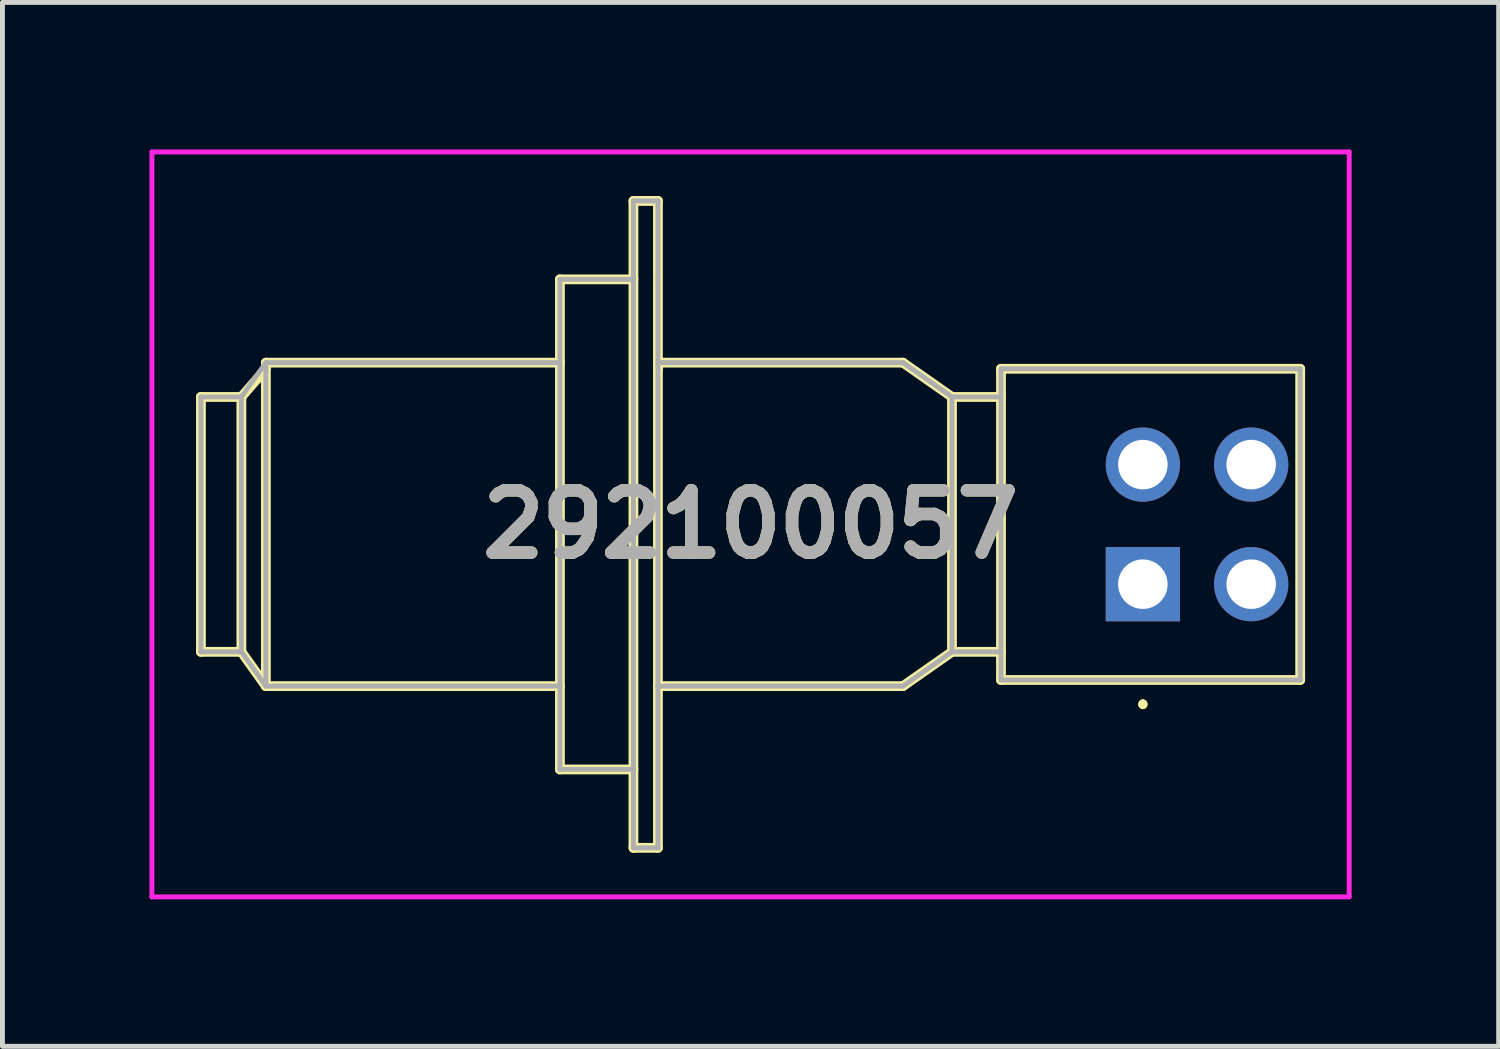
<source format=kicad_pcb>
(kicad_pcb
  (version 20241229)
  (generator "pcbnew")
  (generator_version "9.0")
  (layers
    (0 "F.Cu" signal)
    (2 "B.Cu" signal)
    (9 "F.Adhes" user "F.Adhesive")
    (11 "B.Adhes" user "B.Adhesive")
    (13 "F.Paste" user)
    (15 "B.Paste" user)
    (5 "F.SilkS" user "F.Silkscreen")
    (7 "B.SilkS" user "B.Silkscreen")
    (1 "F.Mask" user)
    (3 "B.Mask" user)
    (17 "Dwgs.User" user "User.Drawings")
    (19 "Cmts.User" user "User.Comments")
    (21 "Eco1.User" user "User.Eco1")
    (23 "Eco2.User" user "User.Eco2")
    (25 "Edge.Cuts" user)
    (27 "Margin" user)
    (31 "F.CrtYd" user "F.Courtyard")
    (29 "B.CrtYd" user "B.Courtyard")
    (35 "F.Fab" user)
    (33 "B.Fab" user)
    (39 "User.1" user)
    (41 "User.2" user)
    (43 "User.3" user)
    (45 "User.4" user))
  (footprint "292100057"
    (layer "F.Cu")
    (at 20.27 8.87)
    (property "Reference" "292100057" (at -8.005 -1.22 0) (layer "F.SilkS") (effects (font (size 1.27 1.27) (thickness 0.254))))
    (attr through_hole)
    (fp_line (start -19.22 -3.82) (end -19.22 1.38) (stroke (width 0.2) (type solid)) (layer "F.SilkS"))
    (fp_line (start -19.22 1.38) (end -18.395 1.38) (stroke (width 0.2) (type solid)) (layer "F.SilkS"))
    (fp_line (start -18.395 -3.82) (end -19.22 -3.82) (stroke (width 0.2) (type solid)) (layer "F.SilkS"))
    (fp_line (start -18.395 -3.82) (end -18.395 1.38) (stroke (width 0.2) (type solid)) (layer "F.SilkS"))
    (fp_line (start -18.395 1.38) (end -17.895 2.08) (stroke (width 0.2) (type solid)) (layer "F.SilkS"))
    (fp_line (start -17.895 -4.52) (end -17.895 2.08) (stroke (width 0.2) (type solid)) (layer "F.SilkS"))
    (fp_line (start -17.895 -4.395) (end -18.395 -3.82) (stroke (width 0.2) (type solid)) (layer "F.SilkS"))
    (fp_line (start -17.895 2.08) (end -11.895 2.08) (stroke (width 0.2) (type solid)) (layer "F.SilkS"))
    (fp_line (start -11.895 -6.22) (end -11.895 3.78) (stroke (width 0.2) (type solid)) (layer "F.SilkS"))
    (fp_line (start -11.895 -4.52) (end -17.895 -4.52) (stroke (width 0.2) (type solid)) (layer "F.SilkS"))
    (fp_line (start -11.895 3.78) (end -10.395 3.78) (stroke (width 0.2) (type solid)) (layer "F.SilkS"))
    (fp_line (start -10.395 -7.82) (end -10.395 5.38) (stroke (width 0.2) (type solid)) (layer "F.SilkS"))
    (fp_line (start -10.395 -6.22) (end -11.895 -6.22) (stroke (width 0.2) (type solid)) (layer "F.SilkS"))
    (fp_line (start -10.395 5.38) (end -9.895 5.38) (stroke (width 0.2) (type solid)) (layer "F.SilkS"))
    (fp_line (start -9.895 -7.82) (end -10.395 -7.82) (stroke (width 0.2) (type solid)) (layer "F.SilkS"))
    (fp_line (start -9.895 -4.52) (end -9.895 -7.82) (stroke (width 0.2) (type solid)) (layer "F.SilkS"))
    (fp_line (start -9.895 -4.395) (end -9.895 -4.52) (stroke (width 0.2) (type solid)) (layer "F.SilkS"))
    (fp_line (start -9.895 -4.395) (end -9.895 -4.395) (stroke (width 0.2) (type solid)) (layer "F.SilkS"))
    (fp_line (start -9.895 2.08) (end -4.895 2.08) (stroke (width 0.2) (type solid)) (layer "F.SilkS"))
    (fp_line (start -9.895 5.38) (end -9.895 -4.395) (stroke (width 0.2) (type solid)) (layer "F.SilkS"))
    (fp_line (start -4.895 -4.52) (end -9.895 -4.52) (stroke (width 0.2) (type solid)) (layer "F.SilkS"))
    (fp_line (start -4.895 2.08) (end -3.895 1.38) (stroke (width 0.2) (type solid)) (layer "F.SilkS"))
    (fp_line (start -3.895 -3.82) (end -4.895 -4.52) (stroke (width 0.2) (type solid)) (layer "F.SilkS"))
    (fp_line (start -3.895 -3.82) (end -3.895 1.38) (stroke (width 0.2) (type solid)) (layer "F.SilkS"))
    (fp_line (start -3.895 1.38) (end -2.895 1.38) (stroke (width 0.2) (type solid)) (layer "F.SilkS"))
    (fp_line (start -2.895 -4.395) (end -2.895 1.955) (stroke (width 0.2) (type solid)) (layer "F.SilkS"))
    (fp_line (start -2.895 -3.82) (end -3.895 -3.82) (stroke (width 0.2) (type solid)) (layer "F.SilkS"))
    (fp_line (start -2.895 1.955) (end 3.21 1.955) (stroke (width 0.2) (type solid)) (layer "F.SilkS"))
    (fp_line (start 0 2.4) (end 0 2.4) (stroke (width 0.1) (type solid)) (layer "F.SilkS"))
    (fp_line (start 0 2.5) (end 0 2.5) (stroke (width 0.1) (type solid)) (layer "F.SilkS"))
    (fp_line (start 3.21 -4.395) (end -2.895 -4.395) (stroke (width 0.2) (type solid)) (layer "F.SilkS"))
    (fp_line (start 3.21 1.955) (end 3.21 -4.395) (stroke (width 0.2) (type solid)) (layer "F.SilkS"))
    (fp_arc (start 0 2.4) (mid 0.05 2.45) (end 0 2.5) (stroke (width 0.1) (type solid)) (layer "F.SilkS"))
    (fp_arc (start 0 2.5) (mid -0.05 2.45) (end 0 2.4) (stroke (width 0.1) (type solid)) (layer "F.SilkS"))
    (fp_line (start -20.22 -8.82) (end 4.21 -8.82) (stroke (width 0.1) (type solid)) (layer "F.CrtYd"))
    (fp_line (start -20.22 6.38) (end -20.22 -8.82) (stroke (width 0.1) (type solid)) (layer "F.CrtYd"))
    (fp_line (start 4.21 -8.82) (end 4.21 6.38) (stroke (width 0.1) (type solid)) (layer "F.CrtYd"))
    (fp_line (start 4.21 6.38) (end -20.22 6.38) (stroke (width 0.1) (type solid)) (layer "F.CrtYd"))
    (fp_line (start -19.22 -3.82) (end -19.22 1.38) (stroke (width 0.1) (type solid)) (layer "F.Fab"))
    (fp_line (start -19.22 1.38) (end -19.22 1.38) (stroke (width 0.1) (type solid)) (layer "F.Fab"))
    (fp_line (start -19.22 1.38) (end -18.395 1.38) (stroke (width 0.1) (type solid)) (layer "F.Fab"))
    (fp_line (start -18.395 -3.82) (end -19.22 -3.82) (stroke (width 0.1) (type solid)) (layer "F.Fab"))
    (fp_line (start -18.395 -3.82) (end -18.395 1.38) (stroke (width 0.1) (type solid)) (layer "F.Fab"))
    (fp_line (start -18.395 1.38) (end -17.895 2.08) (stroke (width 0.1) (type solid)) (layer "F.Fab"))
    (fp_line (start -17.895 -4.52) (end -18.395 -3.82) (stroke (width 0.1) (type solid)) (layer "F.Fab"))
    (fp_line (start -17.895 -4.52) (end -17.895 2.08) (stroke (width 0.1) (type solid)) (layer "F.Fab"))
    (fp_line (start -17.895 2.08) (end -11.895 2.08) (stroke (width 0.1) (type solid)) (layer "F.Fab"))
    (fp_line (start -11.895 -6.22) (end -11.895 3.78) (stroke (width 0.1) (type solid)) (layer "F.Fab"))
    (fp_line (start -11.895 -4.52) (end -17.895 -4.52) (stroke (width 0.1) (type solid)) (layer "F.Fab"))
    (fp_line (start -11.895 3.78) (end -10.395 3.78) (stroke (width 0.1) (type solid)) (layer "F.Fab"))
    (fp_line (start -10.395 -7.82) (end -10.395 5.38) (stroke (width 0.1) (type solid)) (layer "F.Fab"))
    (fp_line (start -10.395 -6.22) (end -11.895 -6.22) (stroke (width 0.1) (type solid)) (layer "F.Fab"))
    (fp_line (start -10.395 5.38) (end -9.895 5.38) (stroke (width 0.1) (type solid)) (layer "F.Fab"))
    (fp_line (start -9.895 -7.82) (end -10.395 -7.82) (stroke (width 0.1) (type solid)) (layer "F.Fab"))
    (fp_line (start -9.895 -6.22) (end -9.895 -7.82) (stroke (width 0.1) (type solid)) (layer "F.Fab"))
    (fp_line (start -9.895 -4.52) (end -9.895 -6.22) (stroke (width 0.1) (type solid)) (layer "F.Fab"))
    (fp_line (start -9.895 -4.52) (end -9.895 2.08) (stroke (width 0.1) (type solid)) (layer "F.Fab"))
    (fp_line (start -9.895 2.08) (end -4.895 2.08) (stroke (width 0.1) (type solid)) (layer "F.Fab"))
    (fp_line (start -9.895 5.38) (end -9.895 2.08) (stroke (width 0.1) (type solid)) (layer "F.Fab"))
    (fp_line (start -4.895 -4.52) (end -9.895 -4.52) (stroke (width 0.1) (type solid)) (layer "F.Fab"))
    (fp_line (start -4.895 2.08) (end -3.895 1.38) (stroke (width 0.1) (type solid)) (layer "F.Fab"))
    (fp_line (start -3.895 -3.82) (end -4.895 -4.52) (stroke (width 0.1) (type solid)) (layer "F.Fab"))
    (fp_line (start -3.895 -3.82) (end -3.895 1.38) (stroke (width 0.1) (type solid)) (layer "F.Fab"))
    (fp_line (start -3.895 1.38) (end -2.895 1.38) (stroke (width 0.1) (type solid)) (layer "F.Fab"))
    (fp_line (start -2.895 -4.395) (end 3.21 -4.395) (stroke (width 0.1) (type solid)) (layer "F.Fab"))
    (fp_line (start -2.895 -3.82) (end -3.895 -3.82) (stroke (width 0.1) (type solid)) (layer "F.Fab"))
    (fp_line (start -2.895 1.955) (end -2.895 -4.395) (stroke (width 0.1) (type solid)) (layer "F.Fab"))
    (fp_line (start 3.21 -4.395) (end 3.21 1.955) (stroke (width 0.1) (type solid)) (layer "F.Fab"))
    (fp_line (start 3.21 1.955) (end -2.895 1.955) (stroke (width 0.1) (type solid)) (layer "F.Fab"))
    (fp_text user "${REFERENCE}" (at -8.005 -1.22 0) (layer "F.Fab") (effects (font (size 1.27 1.27) (thickness 0.254))))
    (pad "1" thru_hole rect (at 0 0) (size 1.515 1.515) (drill 1.01) (layers "*.Cu" "*.Mask"))
    (pad "2" thru_hole circle (at 2.21 0) (size 1.515 1.515) (drill 1.01) (layers "*.Cu" "*.Mask"))
    (pad "3" thru_hole circle (at 0 -2.44) (size 1.515 1.515) (drill 1.01) (layers "*.Cu" "*.Mask"))
    (pad "4" thru_hole circle (at 2.21 -2.44) (size 1.515 1.515) (drill 1.01) (layers "*.Cu" "*.Mask")))
  (gr_rect
    (start -3 -3)
    (end 27.53 18.3)
    (stroke (width 0.1) (type default))
    (fill no)
    (layer "Edge.Cuts")))
</source>
